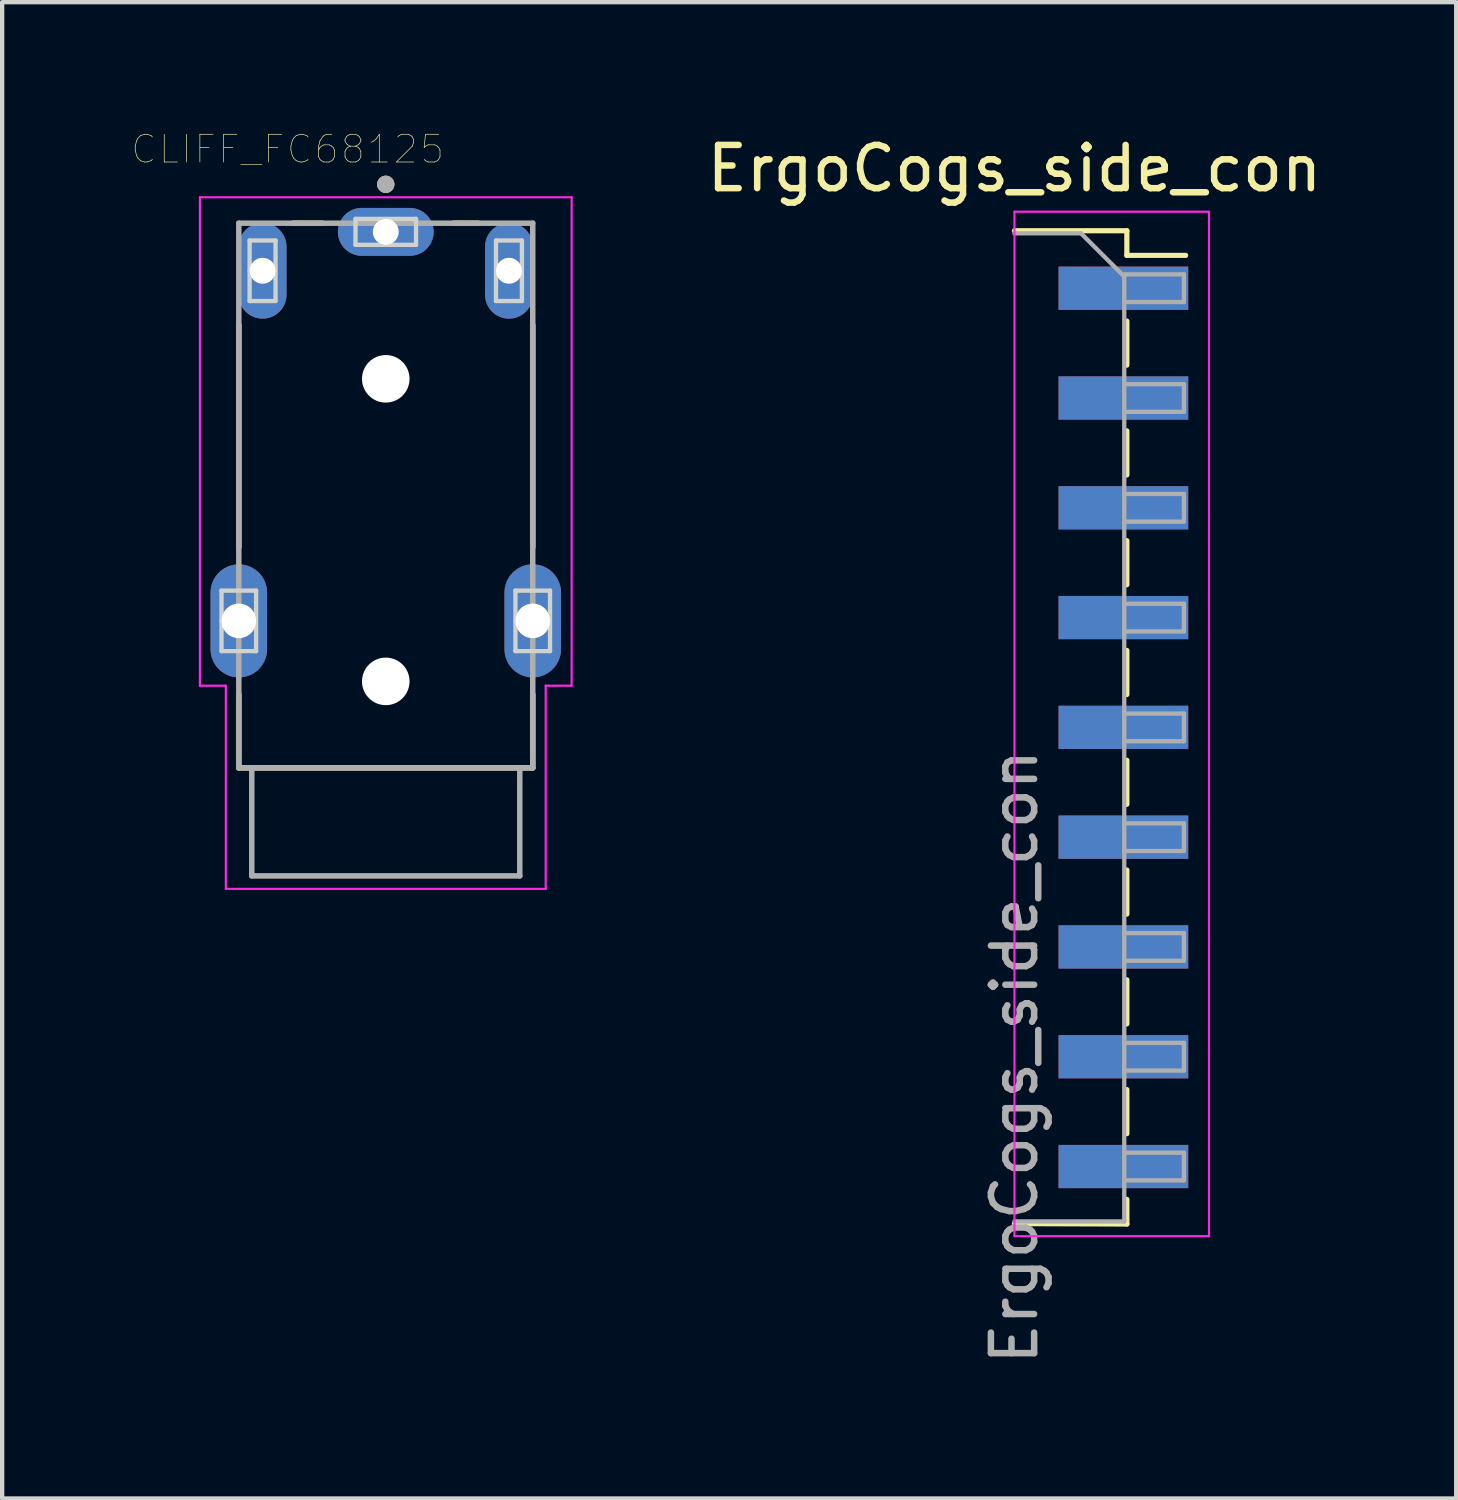
<source format=kicad_pcb>
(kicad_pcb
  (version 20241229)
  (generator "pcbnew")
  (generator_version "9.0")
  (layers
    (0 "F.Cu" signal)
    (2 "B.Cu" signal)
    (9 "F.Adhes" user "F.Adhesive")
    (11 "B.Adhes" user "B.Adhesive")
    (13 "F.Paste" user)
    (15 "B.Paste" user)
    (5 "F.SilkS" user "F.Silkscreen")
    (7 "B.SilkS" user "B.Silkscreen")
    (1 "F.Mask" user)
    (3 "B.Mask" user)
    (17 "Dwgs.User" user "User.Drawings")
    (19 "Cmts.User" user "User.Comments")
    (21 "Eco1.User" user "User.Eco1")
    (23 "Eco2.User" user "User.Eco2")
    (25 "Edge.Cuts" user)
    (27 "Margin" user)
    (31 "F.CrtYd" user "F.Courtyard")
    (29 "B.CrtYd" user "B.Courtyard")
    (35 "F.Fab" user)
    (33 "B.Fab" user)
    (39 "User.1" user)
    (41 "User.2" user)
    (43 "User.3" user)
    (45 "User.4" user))
  (footprint "ErgoCogs_side_con"
    (layer "F.Cu")
    (at 22.97 3.548)
    (property "Reference" "ErgoCogs_side_con" (at -2.55 -2.7 0) (layer "F.SilkS") (effects (font (size 1 1) (thickness 0.15))))
    (attr smd)
    (fp_line (start -2.55 -1.26) (end 0.05 -1.26) (stroke (width 0.12) (type solid)) (layer "F.SilkS"))
    (fp_line (start -2.55 21.71) (end 0.05 21.72) (stroke (width 0.12) (type solid)) (layer "F.SilkS"))
    (fp_line (start 0.05 -1.26) (end 0.05 -0.69) (stroke (width 0.12) (type solid)) (layer "F.SilkS"))
    (fp_line (start 0.05 -0.69) (end 1.41 -0.69) (stroke (width 0.12) (type solid)) (layer "F.SilkS"))
    (fp_line (start 0.05 0.83) (end 0.05 1.85) (stroke (width 0.12) (type solid)) (layer "F.SilkS"))
    (fp_line (start 0.05 3.37) (end 0.05 4.39) (stroke (width 0.12) (type solid)) (layer "F.SilkS"))
    (fp_line (start 0.05 5.91) (end 0.05 6.93) (stroke (width 0.12) (type solid)) (layer "F.SilkS"))
    (fp_line (start 0.05 8.45) (end 0.05 9.47) (stroke (width 0.12) (type solid)) (layer "F.SilkS"))
    (fp_line (start 0.05 10.99) (end 0.05 12.01) (stroke (width 0.12) (type solid)) (layer "F.SilkS"))
    (fp_line (start 0.05 13.53) (end 0.05 14.55) (stroke (width 0.12) (type solid)) (layer "F.SilkS"))
    (fp_line (start 0.05 16.07) (end 0.05 17.09) (stroke (width 0.12) (type solid)) (layer "F.SilkS"))
    (fp_line (start 0.05 18.61) (end 0.05 19.63) (stroke (width 0.12) (type solid)) (layer "F.SilkS"))
    (fp_line (start 0.05 21.15) (end 0.05 21.72) (stroke (width 0.12) (type solid)) (layer "F.SilkS"))
    (fp_line (start -2.55 -1.7) (end -2.55 22) (stroke (width 0.05) (type solid)) (layer "F.CrtYd"))
    (fp_line (start -2.55 -1.7) (end 1.95 -1.7) (stroke (width 0.05) (type solid)) (layer "F.CrtYd"))
    (fp_line (start 1.95 -1.7) (end 1.95 22) (stroke (width 0.05) (type solid)) (layer "F.CrtYd"))
    (fp_line (start 1.95 22) (end -2.55 22) (stroke (width 0.05) (type solid)) (layer "F.CrtYd"))
    (fp_line (start -2.55 -1.2) (end -1.01 -1.2) (stroke (width 0.1) (type solid)) (layer "F.Fab"))
    (fp_line (start -1.01 -1.2) (end -0.01 -0.2) (stroke (width 0.1) (type solid)) (layer "F.Fab"))
    (fp_line (start -0.01 -0.25) (end 1.37 -0.25) (stroke (width 0.1) (type solid)) (layer "F.Fab"))
    (fp_line (start -0.01 -0.2) (end -0.01 21.66) (stroke (width 0.1) (type solid)) (layer "F.Fab"))
    (fp_line (start -0.01 2.29) (end 1.37 2.29) (stroke (width 0.1) (type solid)) (layer "F.Fab"))
    (fp_line (start -0.01 4.83) (end 1.37 4.83) (stroke (width 0.1) (type solid)) (layer "F.Fab"))
    (fp_line (start -0.01 7.37) (end 1.37 7.37) (stroke (width 0.1) (type solid)) (layer "F.Fab"))
    (fp_line (start -0.01 9.91) (end 1.37 9.91) (stroke (width 0.1) (type solid)) (layer "F.Fab"))
    (fp_line (start -0.01 12.45) (end 1.37 12.45) (stroke (width 0.1) (type solid)) (layer "F.Fab"))
    (fp_line (start -0.01 14.99) (end 1.37 14.99) (stroke (width 0.1) (type solid)) (layer "F.Fab"))
    (fp_line (start -0.01 17.53) (end 1.37 17.53) (stroke (width 0.1) (type solid)) (layer "F.Fab"))
    (fp_line (start -0.01 20.07) (end 1.37 20.07) (stroke (width 0.1) (type solid)) (layer "F.Fab"))
    (fp_line (start -0.01 21.66) (end -2.55 21.66) (stroke (width 0.1) (type solid)) (layer "F.Fab"))
    (fp_line (start 1.37 -0.25) (end 1.37 0.39) (stroke (width 0.1) (type solid)) (layer "F.Fab"))
    (fp_line (start 1.37 0.39) (end -0.01 0.39) (stroke (width 0.1) (type solid)) (layer "F.Fab"))
    (fp_line (start 1.37 2.29) (end 1.37 2.93) (stroke (width 0.1) (type solid)) (layer "F.Fab"))
    (fp_line (start 1.37 2.93) (end -0.01 2.93) (stroke (width 0.1) (type solid)) (layer "F.Fab"))
    (fp_line (start 1.37 4.83) (end 1.37 5.47) (stroke (width 0.1) (type solid)) (layer "F.Fab"))
    (fp_line (start 1.37 5.47) (end -0.01 5.47) (stroke (width 0.1) (type solid)) (layer "F.Fab"))
    (fp_line (start 1.37 7.37) (end 1.37 8.01) (stroke (width 0.1) (type solid)) (layer "F.Fab"))
    (fp_line (start 1.37 8.01) (end -0.01 8.01) (stroke (width 0.1) (type solid)) (layer "F.Fab"))
    (fp_line (start 1.37 9.91) (end 1.37 10.55) (stroke (width 0.1) (type solid)) (layer "F.Fab"))
    (fp_line (start 1.37 10.55) (end -0.01 10.55) (stroke (width 0.1) (type solid)) (layer "F.Fab"))
    (fp_line (start 1.37 12.45) (end 1.37 13.09) (stroke (width 0.1) (type solid)) (layer "F.Fab"))
    (fp_line (start 1.37 13.09) (end -0.01 13.09) (stroke (width 0.1) (type solid)) (layer "F.Fab"))
    (fp_line (start 1.37 14.99) (end 1.37 15.63) (stroke (width 0.1) (type solid)) (layer "F.Fab"))
    (fp_line (start 1.37 15.63) (end -0.01 15.63) (stroke (width 0.1) (type solid)) (layer "F.Fab"))
    (fp_line (start 1.37 17.53) (end 1.37 18.17) (stroke (width 0.1) (type solid)) (layer "F.Fab"))
    (fp_line (start 1.37 18.17) (end -0.01 18.17) (stroke (width 0.1) (type solid)) (layer "F.Fab"))
    (fp_line (start 1.37 20.07) (end 1.37 20.71) (stroke (width 0.1) (type solid)) (layer "F.Fab"))
    (fp_line (start 1.37 20.71) (end -0.01 20.71) (stroke (width 0.1) (type solid)) (layer "F.Fab"))
    (fp_text user "${REFERENCE}" (at -2.55 17.85 90) (layer "F.Fab") (effects (font (size 1 1) (thickness 0.15))))
    (pad "1" smd rect (at -0.03 0.07) (size 3 1) (layers "F.Cu" "F.Mask" "F.Paste"))
    (pad "2" smd rect (at -0.03 0.07 180) (size 3 1) (layers "B.Cu" "B.Mask" "B.Paste"))
    (pad "3" smd rect (at -0.03 2.61) (size 3 1) (layers "F.Cu" "F.Mask" "F.Paste"))
    (pad "4" smd rect (at -0.03 2.61 180) (size 3 1) (layers "B.Cu" "B.Mask" "B.Paste"))
    (pad "5" smd rect (at -0.03 5.15) (size 3 1) (layers "F.Cu" "F.Mask" "F.Paste"))
    (pad "6" smd rect (at -0.03 5.15 180) (size 3 1) (layers "B.Cu" "B.Mask" "B.Paste"))
    (pad "7" smd rect (at -0.03 7.69) (size 3 1) (layers "F.Cu" "F.Mask" "F.Paste"))
    (pad "8" smd rect (at -0.03 7.69 180) (size 3 1) (layers "B.Cu" "B.Mask" "B.Paste"))
    (pad "9" smd rect (at -0.03 10.23) (size 3 1) (layers "F.Cu" "F.Mask" "F.Paste"))
    (pad "10" smd rect (at -0.03 10.23 180) (size 3 1) (layers "B.Cu" "B.Mask" "B.Paste"))
    (pad "11" smd rect (at -0.03 12.77) (size 3 1) (layers "F.Cu" "F.Mask" "F.Paste"))
    (pad "12" smd rect (at -0.03 12.77 180) (size 3 1) (layers "B.Cu" "B.Mask" "B.Paste"))
    (pad "13" smd rect (at -0.03 15.31) (size 3 1) (layers "F.Cu" "F.Mask" "F.Paste"))
    (pad "14" smd rect (at -0.03 15.31 180) (size 3 1) (layers "B.Cu" "B.Mask" "B.Paste"))
    (pad "15" smd rect (at -0.03 17.85) (size 3 1) (layers "F.Cu" "F.Mask" "F.Paste"))
    (pad "16" smd rect (at -0.03 17.85 180) (size 3 1) (layers "B.Cu" "B.Mask" "B.Paste"))
    (pad "17" smd rect (at -0.03 20.39) (size 3 1) (layers "F.Cu" "F.Mask" "F.Paste"))
    (pad "18" smd rect (at -0.03 20.39 180) (size 3 1) (layers "B.Cu" "B.Mask" "B.Paste")))
  (footprint "CLIFF_FC68125"
    (layer "F.Cu")
    (at 5.875 5.714)
    (property "Reference" "CLIFF_FC68125" (at -2.271 -5.312 0) (layer "F.SilkS") (effects (font (size 0.641 0.641) (thickness 0.015))))
    (attr through_hole)
    (fp_line (start -3.4 -1.25) (end -3.4 3.9) (stroke (width 0.127) (type solid)) (layer "F.SilkS"))
    (fp_line (start -3.4 7.3) (end -3.4 9) (stroke (width 0.127) (type solid)) (layer "F.SilkS"))
    (fp_line (start -3.4 9) (end 3.4 9) (stroke (width 0.127) (type solid)) (layer "F.SilkS"))
    (fp_line (start -2.14 -3.6) (end -1.47 -3.6) (stroke (width 0.127) (type solid)) (layer "F.SilkS"))
    (fp_line (start 1.57 -3.6) (end 2.14 -3.6) (stroke (width 0.127) (type solid)) (layer "F.SilkS"))
    (fp_line (start 3.4 -1.25) (end 3.4 3.9) (stroke (width 0.127) (type solid)) (layer "F.SilkS"))
    (fp_line (start 3.4 9) (end 3.4 7.3) (stroke (width 0.127) (type solid)) (layer "F.SilkS"))
    (fp_circle (center 0 -4.5) (end 0.1 -4.5) (stroke (width 0.2) (type solid)) (fill no) (layer "F.SilkS"))
    (fp_line (start -3.8 4.9) (end -3 4.9) (stroke (width 0.1) (type solid)) (layer "Edge.Cuts"))
    (fp_line (start -3.8 5.6) (end -3.8 4.9) (stroke (width 0.1) (type solid)) (layer "Edge.Cuts"))
    (fp_line (start -3.8 6.3) (end -3.8 5.6) (stroke (width 0.1) (type solid)) (layer "Edge.Cuts"))
    (fp_line (start -3.15 -3.2) (end -2.55 -3.2) (stroke (width 0.1) (type solid)) (layer "Edge.Cuts"))
    (fp_line (start -3.15 -2.5) (end -3.15 -3.2) (stroke (width 0.1) (type solid)) (layer "Edge.Cuts"))
    (fp_line (start -3.15 -1.8) (end -3.15 -2.5) (stroke (width 0.1) (type solid)) (layer "Edge.Cuts"))
    (fp_line (start -3 4.9) (end -3 6.3) (stroke (width 0.1) (type solid)) (layer "Edge.Cuts"))
    (fp_line (start -3 6.3) (end -3.8 6.3) (stroke (width 0.1) (type solid)) (layer "Edge.Cuts"))
    (fp_line (start -2.55 -3.2) (end -2.55 -1.8) (stroke (width 0.1) (type solid)) (layer "Edge.Cuts"))
    (fp_line (start -2.55 -1.8) (end -3.15 -1.8) (stroke (width 0.1) (type solid)) (layer "Edge.Cuts"))
    (fp_line (start -0.7 -3.7) (end 0.7 -3.7) (stroke (width 0.1) (type solid)) (layer "Edge.Cuts"))
    (fp_line (start -0.7 -3.1) (end -0.7 -3.7) (stroke (width 0.1) (type solid)) (layer "Edge.Cuts"))
    (fp_line (start 0 -3.1) (end -0.7 -3.1) (stroke (width 0.1) (type solid)) (layer "Edge.Cuts"))
    (fp_line (start 0.7 -3.7) (end 0.7 -3.1) (stroke (width 0.1) (type solid)) (layer "Edge.Cuts"))
    (fp_line (start 0.7 -3.1) (end 0 -3.1) (stroke (width 0.1) (type solid)) (layer "Edge.Cuts"))
    (fp_line (start 2.55 -3.2) (end 3.15 -3.2) (stroke (width 0.1) (type solid)) (layer "Edge.Cuts"))
    (fp_line (start 2.55 -2.5) (end 2.55 -3.2) (stroke (width 0.1) (type solid)) (layer "Edge.Cuts"))
    (fp_line (start 2.55 -1.8) (end 2.55 -2.5) (stroke (width 0.1) (type solid)) (layer "Edge.Cuts"))
    (fp_line (start 3 4.9) (end 3.8 4.9) (stroke (width 0.1) (type solid)) (layer "Edge.Cuts"))
    (fp_line (start 3 5.6) (end 3 4.9) (stroke (width 0.1) (type solid)) (layer "Edge.Cuts"))
    (fp_line (start 3 6.3) (end 3 5.6) (stroke (width 0.1) (type solid)) (layer "Edge.Cuts"))
    (fp_line (start 3.15 -3.2) (end 3.15 -1.8) (stroke (width 0.1) (type solid)) (layer "Edge.Cuts"))
    (fp_line (start 3.15 -1.8) (end 2.55 -1.8) (stroke (width 0.1) (type solid)) (layer "Edge.Cuts"))
    (fp_line (start 3.8 4.9) (end 3.8 6.3) (stroke (width 0.1) (type solid)) (layer "Edge.Cuts"))
    (fp_line (start 3.8 6.3) (end 3 6.3) (stroke (width 0.1) (type solid)) (layer "Edge.Cuts"))
    (fp_line (start -4.3 -4.2) (end 4.3 -4.2) (stroke (width 0.05) (type solid)) (layer "F.CrtYd"))
    (fp_line (start -4.3 7.1) (end -4.3 -4.2) (stroke (width 0.05) (type solid)) (layer "F.CrtYd"))
    (fp_line (start -3.7 7.1) (end -4.3 7.1) (stroke (width 0.05) (type solid)) (layer "F.CrtYd"))
    (fp_line (start -3.7 11.8) (end -3.7 7.1) (stroke (width 0.05) (type solid)) (layer "F.CrtYd"))
    (fp_line (start 3.7 7.1) (end 3.7 11.8) (stroke (width 0.05) (type solid)) (layer "F.CrtYd"))
    (fp_line (start 3.7 11.8) (end -3.7 11.8) (stroke (width 0.05) (type solid)) (layer "F.CrtYd"))
    (fp_line (start 4.3 -4.2) (end 4.3 7.1) (stroke (width 0.05) (type solid)) (layer "F.CrtYd"))
    (fp_line (start 4.3 7.1) (end 3.7 7.1) (stroke (width 0.05) (type solid)) (layer "F.CrtYd"))
    (fp_line (start -3.4 -3.6) (end 3.4 -3.6) (stroke (width 0.127) (type solid)) (layer "F.Fab"))
    (fp_line (start -3.4 9) (end -3.4 -3.6) (stroke (width 0.127) (type solid)) (layer "F.Fab"))
    (fp_line (start -3.1 9) (end -3.4 9) (stroke (width 0.127) (type solid)) (layer "F.Fab"))
    (fp_line (start -3.1 9) (end -3.1 11.5) (stroke (width 0.127) (type solid)) (layer "F.Fab"))
    (fp_line (start -3.1 11.5) (end 3.1 11.5) (stroke (width 0.127) (type solid)) (layer "F.Fab"))
    (fp_line (start 3.1 9) (end -3.1 9) (stroke (width 0.127) (type solid)) (layer "F.Fab"))
    (fp_line (start 3.1 11.5) (end 3.1 9) (stroke (width 0.127) (type solid)) (layer "F.Fab"))
    (fp_line (start 3.4 -3.6) (end 3.4 9) (stroke (width 0.127) (type solid)) (layer "F.Fab"))
    (fp_line (start 3.4 9) (end 3.1 9) (stroke (width 0.127) (type solid)) (layer "F.Fab"))
    (fp_circle (center 0 -4.5) (end 0.1 -4.5) (stroke (width 0.2) (type solid)) (fill no) (layer "F.Fab"))
    (pad "" np_thru_hole circle (at 0 0) (size 1.1 1.1) (drill 1.1) (layers "*.Cu" "*.Mask"))
    (pad "" np_thru_hole circle (at 0 7) (size 1.1 1.1) (drill 1.1) (layers "*.Cu" "*.Mask"))
    (pad "R1" thru_hole oval (at -2.85 -2.5) (size 1.108 2.216) (drill 0.6) (layers "*.Cu" "*.Mask"))
    (pad "R2" thru_hole oval (at 2.85 -2.5) (size 1.108 2.216) (drill 0.6) (layers "*.Cu" "*.Mask"))
    (pad "S" thru_hole oval (at 0 -3.4) (size 2.216 1.108) (drill 0.6) (layers "*.Cu" "*.Mask"))
    (pad "T" thru_hole oval (at -3.4 5.6) (size 1.308 2.616) (drill 0.8) (layers "*.Cu" "*.Mask"))
    (pad "T" thru_hole oval (at 3.4 5.6) (size 1.308 2.616) (drill 0.8) (layers "*.Cu" "*.Mask")))
  (gr_rect
    (start -3 -3)
    (end 30.64 31.618)
    (stroke (width 0.1) (type default))
    (fill no)
    (layer "Edge.Cuts")))
</source>
